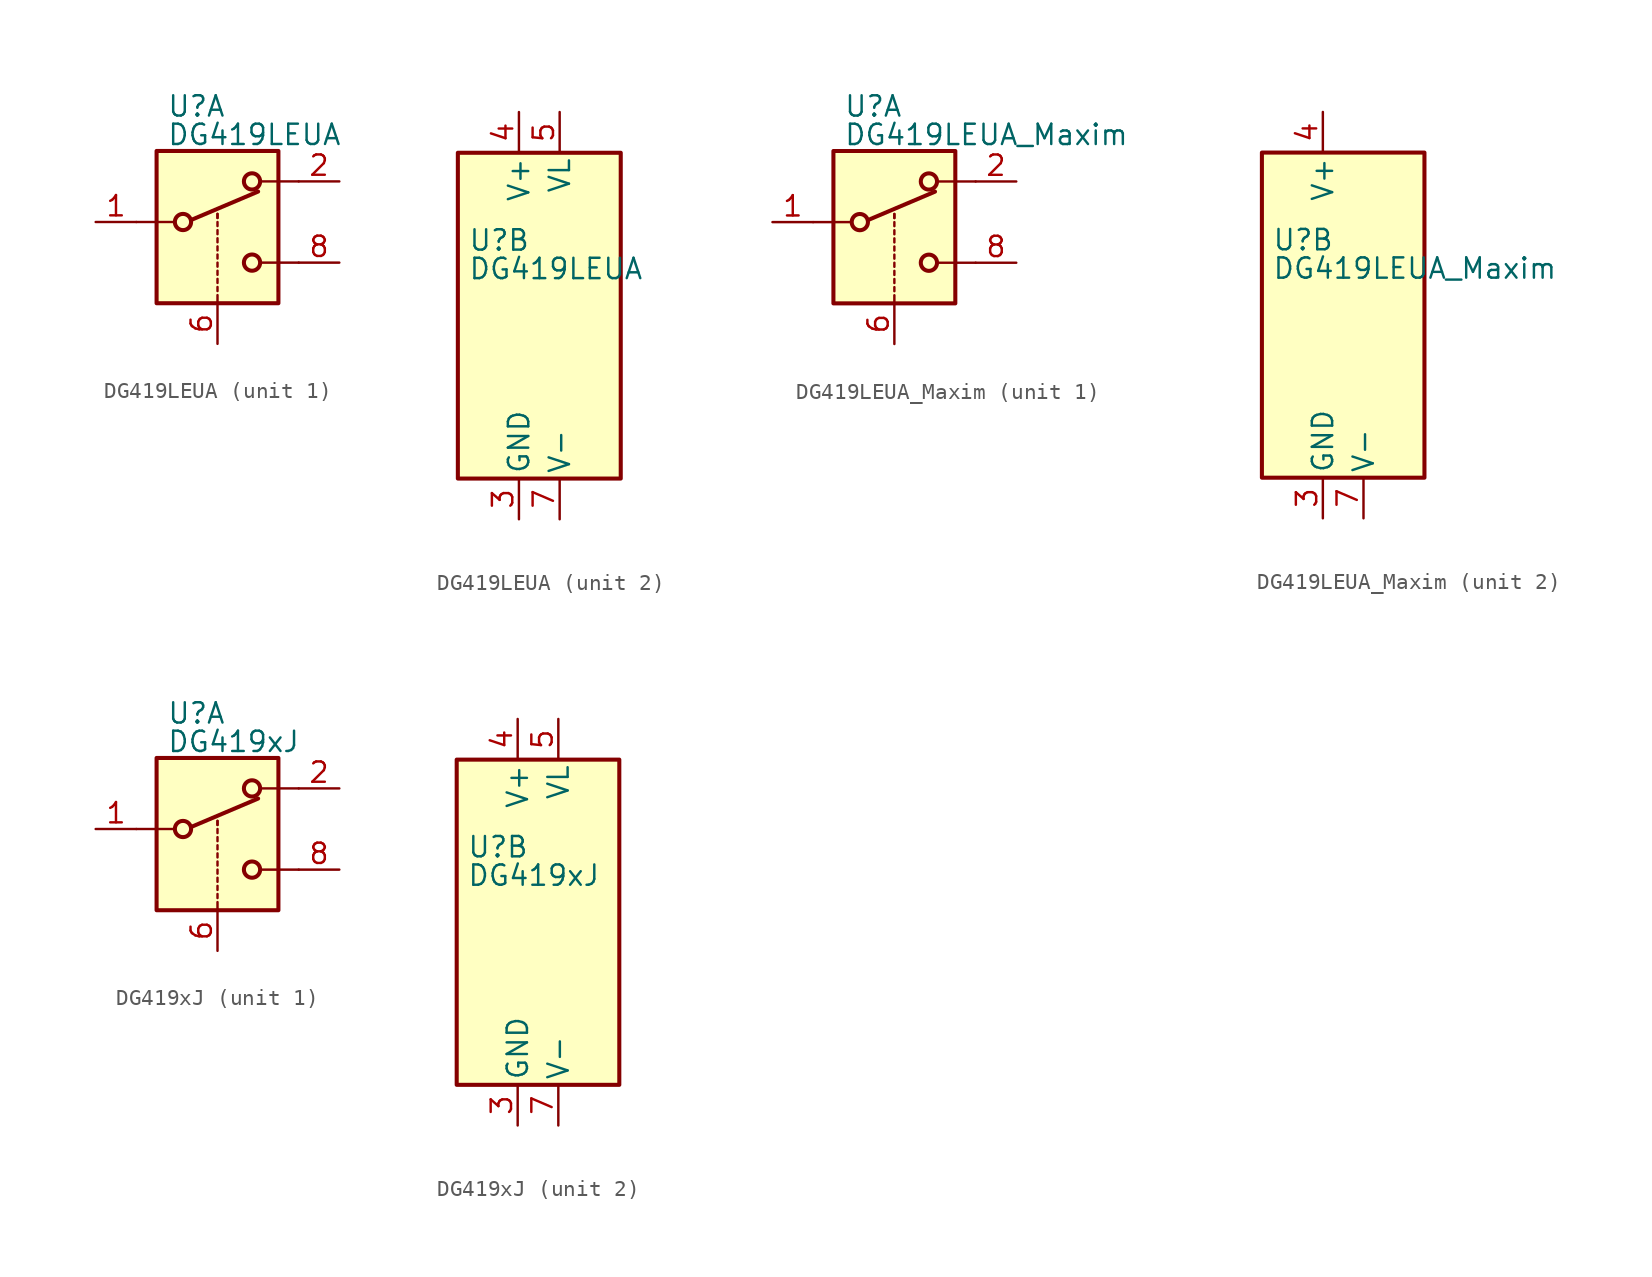
<source format=kicad_sym>
(kicad_symbol_lib
  (version 20201005)
  (generator kicad_symbol_editor)
  (symbol "Analog_Switch:DG419LEUA"
    (pin_names
      (offset 0.254))
    (property "Reference" "U"
      (at -3.175 4.699 0)
      (effects (font (size 1.27 1.27)) (justify left)))
    (property "Value" "DG419LEUA"
      (at -3.175 2.921 0)
      (effects (font (size 1.27 1.27)) (justify left)))
    (symbol "DG419LEUA_1_1"
      (circle (center -2.159 -2.54) (radius 0.508) (stroke (width 0.254)) (fill (type none)))
      (circle (center 2.159 -5.08) (radius 0.508) (stroke (width 0.254)) (fill (type none)))
      (circle (center 2.159 0) (radius 0.508) (stroke (width 0.254)) (fill (type none)))
      (rectangle (start -3.81 1.905) (end 3.81 -7.62) (stroke (width 0.254)) (fill (type background)))
      (polyline (pts (xy -5.08 -2.54) (xy -2.794 -2.54)) (stroke (width 0)) (fill (type none)))
      (polyline (pts (xy -1.651 -2.413) (xy 2.54 -0.635)) (stroke (width 0.254)) (fill (type none)))
      (polyline (pts (xy 0 -7.62) (xy 0 -7.112)) (stroke (width 0)) (fill (type none)))
      (polyline (pts (xy 0 -6.858) (xy 0 -6.604)) (stroke (width 0)) (fill (type none)))
      (polyline (pts (xy 0 -6.35) (xy 0 -6.096)) (stroke (width 0)) (fill (type none)))
      (polyline (pts (xy 0 -5.842) (xy 0 -5.588)) (stroke (width 0)) (fill (type none)))
      (polyline (pts (xy 0 -5.334) (xy 0 -5.08)) (stroke (width 0)) (fill (type none)))
      (polyline (pts (xy 0 -4.826) (xy 0 -4.572)) (stroke (width 0)) (fill (type none)))
      (polyline (pts (xy 0 -4.318) (xy 0 -4.064)) (stroke (width 0)) (fill (type none)))
      (polyline (pts (xy 0 -3.81) (xy 0 -3.556)) (stroke (width 0)) (fill (type none)))
      (polyline (pts (xy 0 -3.302) (xy 0 -3.048)) (stroke (width 0)) (fill (type none)))
      (polyline (pts (xy 0 -2.794) (xy 0 -2.54)) (stroke (width 0)) (fill (type none)))
      (polyline (pts (xy 0 -2.286) (xy 0 -2.032)) (stroke (width 0)) (fill (type none)))
      (polyline (pts (xy 0 -2.286) (xy 0 -2.032)) (stroke (width 0)) (fill (type none)))
      (polyline (pts (xy 5.08 -5.08) (xy 2.794 -5.08)) (stroke (width 0)) (fill (type none)))
      (polyline (pts (xy 5.08 0) (xy 2.794 0)) (stroke (width 0)) (fill (type none)))
      (pin passive line (at -7.62 -2.54 0) (length 2.54) (name "~" (effects (font (size 1.27 1.27)))) (number "1" (effects (font (size 1.27 1.27)))))
      (pin passive line (at 7.62 0 180) (length 2.54) (name "~" (effects (font (size 1.27 1.27)))) (number "2" (effects (font (size 1.27 1.27)))))
      (pin input line (at 0 -10.16 90) (length 2.54) (name "~" (effects (font (size 1.27 1.27)))) (number "6" (effects (font (size 1.27 1.27)))))
      (pin passive line (at 7.62 -5.08 180) (length 2.54) (name "~" (effects (font (size 1.27 1.27)))) (number "8" (effects (font (size 1.27 1.27))))))
    (symbol "DG419LEUA_2_0"
      (pin power_in line (at 0 -12.7 90) (length 2.54) (name "GND" (effects (font (size 1.27 1.27)))) (number "3" (effects (font (size 1.27 1.27)))))
      (pin power_in line (at 0 12.7 270) (length 2.54) (name "V+" (effects (font (size 1.27 1.27)))) (number "4" (effects (font (size 1.27 1.27)))))
      (pin power_in line (at 2.54 12.7 270) (length 2.54) (name "VL" (effects (font (size 1.27 1.27)))) (number "5" (effects (font (size 1.27 1.27)))))
      (pin power_in line (at 2.54 -12.7 90) (length 2.54) (name "V-" (effects (font (size 1.27 1.27)))) (number "7" (effects (font (size 1.27 1.27))))))
    (symbol "DG419LEUA_2_1"
      (rectangle (start -3.81 10.16) (end 6.35 -10.16) (stroke (width 0.254)) (fill (type background)))))
  (symbol "Analog_Switch:DG419LEUA_Maxim"
    (pin_names
      (offset 0.254))
    (property "Reference" "U"
      (at -3.175 4.699 0)
      (effects (font (size 1.27 1.27)) (justify left)))
    (property "Value" "DG419LEUA_Maxim"
      (at -3.175 2.921 0)
      (effects (font (size 1.27 1.27)) (justify left)))
    (symbol "DG419LEUA_Maxim_1_1"
      (circle (center -2.159 -2.54) (radius 0.508) (stroke (width 0.254)) (fill (type none)))
      (circle (center 2.159 -5.08) (radius 0.508) (stroke (width 0.254)) (fill (type none)))
      (circle (center 2.159 0) (radius 0.508) (stroke (width 0.254)) (fill (type none)))
      (rectangle (start -3.81 1.905) (end 3.81 -7.62) (stroke (width 0.254)) (fill (type background)))
      (polyline (pts (xy -5.08 -2.54) (xy -2.794 -2.54)) (stroke (width 0)) (fill (type none)))
      (polyline (pts (xy -1.651 -2.413) (xy 2.54 -0.635)) (stroke (width 0.254)) (fill (type none)))
      (polyline (pts (xy 0 -7.62) (xy 0 -7.112)) (stroke (width 0)) (fill (type none)))
      (polyline (pts (xy 0 -6.858) (xy 0 -6.604)) (stroke (width 0)) (fill (type none)))
      (polyline (pts (xy 0 -6.35) (xy 0 -6.096)) (stroke (width 0)) (fill (type none)))
      (polyline (pts (xy 0 -5.842) (xy 0 -5.588)) (stroke (width 0)) (fill (type none)))
      (polyline (pts (xy 0 -5.334) (xy 0 -5.08)) (stroke (width 0)) (fill (type none)))
      (polyline (pts (xy 0 -4.826) (xy 0 -4.572)) (stroke (width 0)) (fill (type none)))
      (polyline (pts (xy 0 -4.318) (xy 0 -4.064)) (stroke (width 0)) (fill (type none)))
      (polyline (pts (xy 0 -3.81) (xy 0 -3.556)) (stroke (width 0)) (fill (type none)))
      (polyline (pts (xy 0 -3.302) (xy 0 -3.048)) (stroke (width 0)) (fill (type none)))
      (polyline (pts (xy 0 -2.794) (xy 0 -2.54)) (stroke (width 0)) (fill (type none)))
      (polyline (pts (xy 0 -2.286) (xy 0 -2.032)) (stroke (width 0)) (fill (type none)))
      (polyline (pts (xy 0 -2.286) (xy 0 -2.032)) (stroke (width 0)) (fill (type none)))
      (polyline (pts (xy 5.08 -5.08) (xy 2.794 -5.08)) (stroke (width 0)) (fill (type none)))
      (polyline (pts (xy 5.08 0) (xy 2.794 0)) (stroke (width 0)) (fill (type none)))
      (pin passive line (at -7.62 -2.54 0) (length 2.54) (name "~" (effects (font (size 1.27 1.27)))) (number "1" (effects (font (size 1.27 1.27)))))
      (pin passive line (at 7.62 0 180) (length 2.54) (name "~" (effects (font (size 1.27 1.27)))) (number "2" (effects (font (size 1.27 1.27)))))
      (pin input line (at 0 -10.16 90) (length 2.54) (name "~" (effects (font (size 1.27 1.27)))) (number "6" (effects (font (size 1.27 1.27)))))
      (pin passive line (at 7.62 -5.08 180) (length 2.54) (name "~" (effects (font (size 1.27 1.27)))) (number "8" (effects (font (size 1.27 1.27))))))
    (symbol "DG419LEUA_Maxim_2_0"
      (pin power_in line (at 0 -12.7 90) (length 2.54) (name "GND" (effects (font (size 1.27 1.27)))) (number "3" (effects (font (size 1.27 1.27)))))
      (pin power_in line (at 0 12.7 270) (length 2.54) (name "V+" (effects (font (size 1.27 1.27)))) (number "4" (effects (font (size 1.27 1.27)))))
      (pin no_connect line (at 2.54 10.16 270) (length 2.54) hide (name "NC" (effects (font (size 1.27 1.27)))) (number "5" (effects (font (size 1.27 1.27)))))
      (pin power_in line (at 2.54 -12.7 90) (length 2.54) (name "V-" (effects (font (size 1.27 1.27)))) (number "7" (effects (font (size 1.27 1.27))))))
    (symbol "DG419LEUA_Maxim_2_1"
      (rectangle (start -3.81 10.16) (end 6.35 -10.16) (stroke (width 0.254)) (fill (type background)))))
  (symbol "Analog_Switch:DG419xJ"
    (pin_names
      (offset 0.254))
    (property "Reference" "U"
      (at -3.175 4.699 0)
      (effects (font (size 1.27 1.27)) (justify left)))
    (property "Value" "DG419xJ"
      (at -3.175 2.921 0)
      (effects (font (size 1.27 1.27)) (justify left)))
    (symbol "DG419xJ_1_1"
      (circle (center -2.159 -2.54) (radius 0.508) (stroke (width 0.254)) (fill (type none)))
      (circle (center 2.159 -5.08) (radius 0.508) (stroke (width 0.254)) (fill (type none)))
      (circle (center 2.159 0) (radius 0.508) (stroke (width 0.254)) (fill (type none)))
      (rectangle (start -3.81 1.905) (end 3.81 -7.62) (stroke (width 0.254)) (fill (type background)))
      (polyline (pts (xy -5.08 -2.54) (xy -2.794 -2.54)) (stroke (width 0)) (fill (type none)))
      (polyline (pts (xy -1.651 -2.413) (xy 2.54 -0.635)) (stroke (width 0.254)) (fill (type none)))
      (polyline (pts (xy 0 -7.62) (xy 0 -7.112)) (stroke (width 0)) (fill (type none)))
      (polyline (pts (xy 0 -6.858) (xy 0 -6.604)) (stroke (width 0)) (fill (type none)))
      (polyline (pts (xy 0 -6.35) (xy 0 -6.096)) (stroke (width 0)) (fill (type none)))
      (polyline (pts (xy 0 -5.842) (xy 0 -5.588)) (stroke (width 0)) (fill (type none)))
      (polyline (pts (xy 0 -5.334) (xy 0 -5.08)) (stroke (width 0)) (fill (type none)))
      (polyline (pts (xy 0 -4.826) (xy 0 -4.572)) (stroke (width 0)) (fill (type none)))
      (polyline (pts (xy 0 -4.318) (xy 0 -4.064)) (stroke (width 0)) (fill (type none)))
      (polyline (pts (xy 0 -3.81) (xy 0 -3.556)) (stroke (width 0)) (fill (type none)))
      (polyline (pts (xy 0 -3.302) (xy 0 -3.048)) (stroke (width 0)) (fill (type none)))
      (polyline (pts (xy 0 -2.794) (xy 0 -2.54)) (stroke (width 0)) (fill (type none)))
      (polyline (pts (xy 0 -2.286) (xy 0 -2.032)) (stroke (width 0)) (fill (type none)))
      (polyline (pts (xy 0 -2.286) (xy 0 -2.032)) (stroke (width 0)) (fill (type none)))
      (polyline (pts (xy 5.08 -5.08) (xy 2.794 -5.08)) (stroke (width 0)) (fill (type none)))
      (polyline (pts (xy 5.08 0) (xy 2.794 0)) (stroke (width 0)) (fill (type none)))
      (pin passive line (at -7.62 -2.54 0) (length 2.54) (name "~" (effects (font (size 1.27 1.27)))) (number "1" (effects (font (size 1.27 1.27)))))
      (pin passive line (at 7.62 0 180) (length 2.54) (name "~" (effects (font (size 1.27 1.27)))) (number "2" (effects (font (size 1.27 1.27)))))
      (pin input line (at 0 -10.16 90) (length 2.54) (name "~" (effects (font (size 1.27 1.27)))) (number "6" (effects (font (size 1.27 1.27)))))
      (pin passive line (at 7.62 -5.08 180) (length 2.54) (name "~" (effects (font (size 1.27 1.27)))) (number "8" (effects (font (size 1.27 1.27))))))
    (symbol "DG419xJ_2_0"
      (pin power_in line (at 0 -12.7 90) (length 2.54) (name "GND" (effects (font (size 1.27 1.27)))) (number "3" (effects (font (size 1.27 1.27)))))
      (pin power_in line (at 0 12.7 270) (length 2.54) (name "V+" (effects (font (size 1.27 1.27)))) (number "4" (effects (font (size 1.27 1.27)))))
      (pin power_in line (at 2.54 12.7 270) (length 2.54) (name "VL" (effects (font (size 1.27 1.27)))) (number "5" (effects (font (size 1.27 1.27)))))
      (pin power_in line (at 2.54 -12.7 90) (length 2.54) (name "V-" (effects (font (size 1.27 1.27)))) (number "7" (effects (font (size 1.27 1.27))))))
    (symbol "DG419xJ_2_1"
      (rectangle (start -3.81 10.16) (end 6.35 -10.16) (stroke (width 0.254)) (fill (type background))))))
</source>
